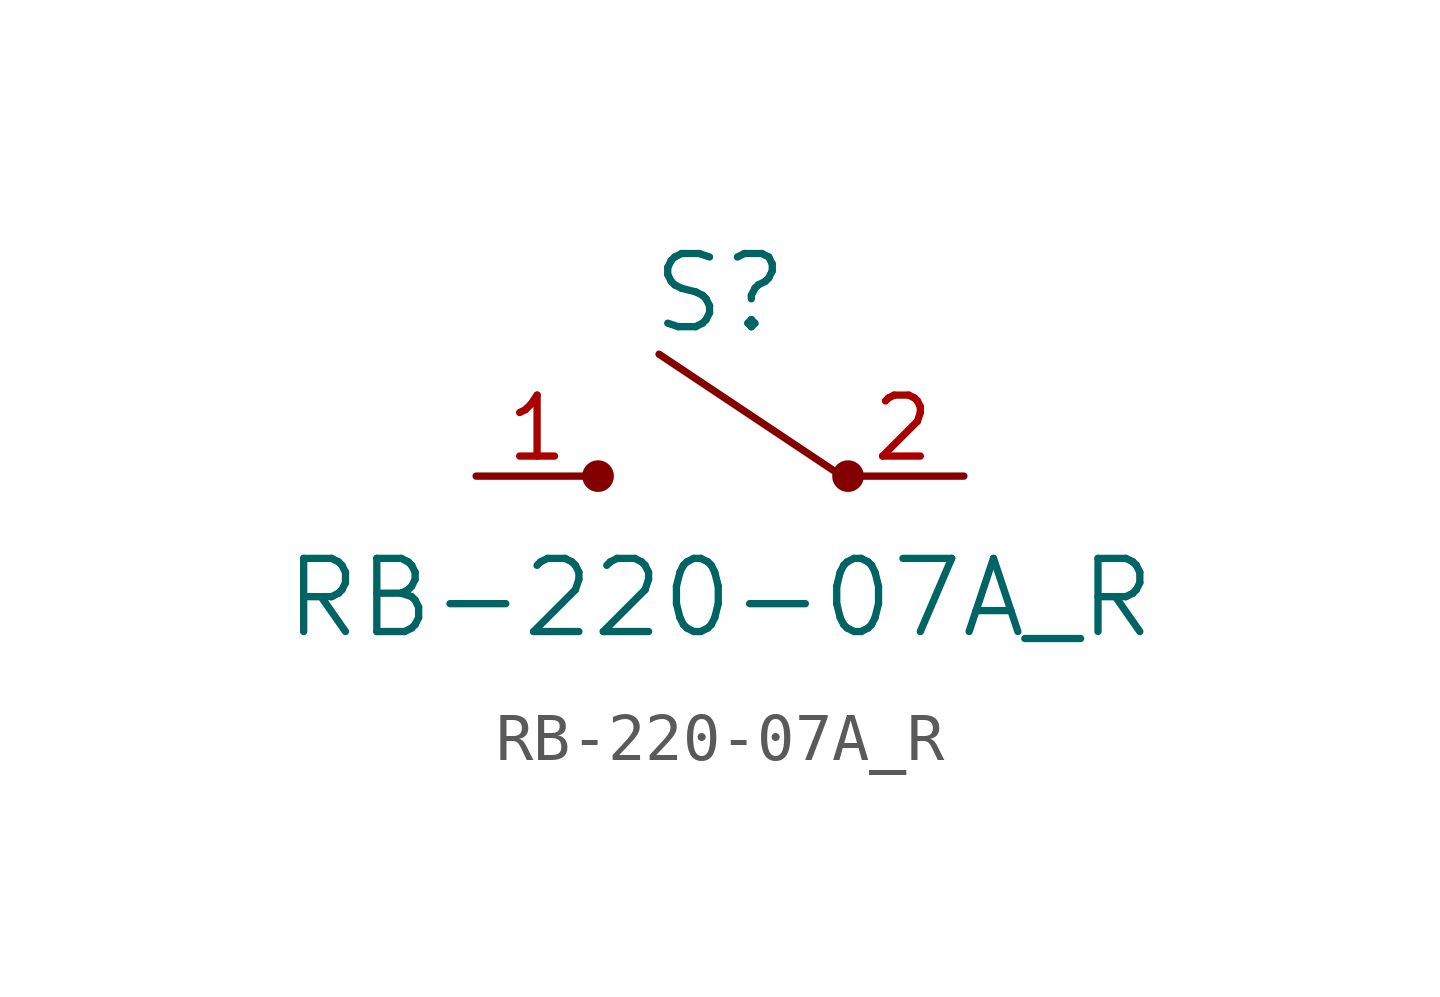
<source format=kicad_sym>
(kicad_symbol_lib
  (version 20231120)
  (generator "kicad_symbol_editor")
  (generator_version "8.0")
  (symbol "RB-220-07A_R"
    (pin_names
      (offset 1.016))
    (property "Reference" "S"
      (at 0 3.81 0)
      (effects (font (size 1.524 1.524))))
    (property "Value" "RB-220-07A_R"
      (at 0 -2.54 0)
      (effects (font (size 1.524 1.524))))
    (symbol "RB-220-07A_R_0_1"
      (circle (center -2.54 0) (radius 0.254) (stroke (width 0) (type default)) (fill (type outline)))
      (polyline (pts (xy -2.54 0) (xy -2.54 0)) (stroke (width 0) (type default)) (fill (type none)))
      (polyline (pts (xy -1.27 2.54) (xy 2.54 0)) (stroke (width 0) (type default)) (fill (type none)))
      (circle (center 2.667 0) (radius 0.254) (stroke (width 0) (type default)) (fill (type outline))))
    (symbol "RB-220-07A_R_1_1"
      (pin passive line (at -5.08 0 0) (length 2.54) (name "~" (effects (font (size 1.27 1.27)))) (number "1" (effects (font (size 1.27 1.27)))))
      (pin passive line (at 5.08 0 180) (length 2.54) (name "~" (effects (font (size 1.27 1.27)))) (number "2" (effects (font (size 1.27 1.27))))))))
</source>
